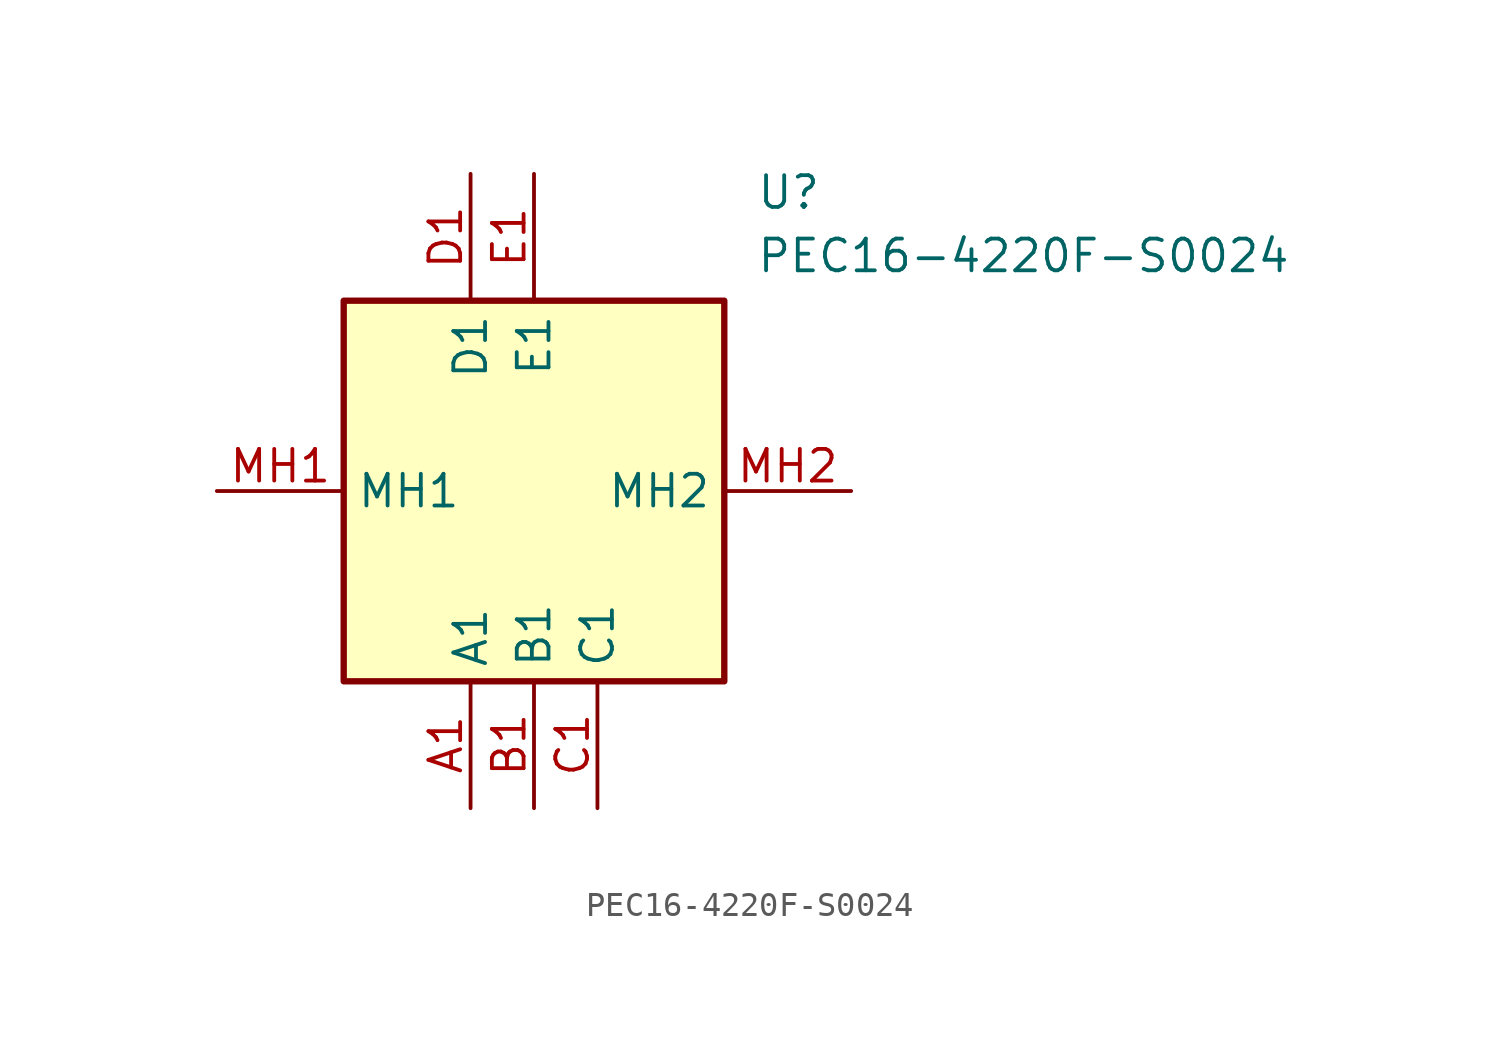
<source format=kicad_sym>
(kicad_symbol_lib
  (version 20211014)
  (generator SamacSys_ECAD_Model)
  (symbol "PEC16-4220F-S0024"
    (property "Reference" "U"
      (at 21.59 12.7 0)
      (effects (font (size 1.27 1.27)) (justify left top)))
    (property "Value" "PEC16-4220F-S0024"
      (at 21.59 10.16 0)
      (effects (font (size 1.27 1.27)) (justify left top)))
    (rectangle
      (start 5.08 7.62)
      (end 20.32 -7.62)
      (stroke (width 0.254) (type default))
      (fill (type background)))
    (pin passive line
      (at 10.16 -12.7 90)
      (length 5.08)
      (name "A1" (effects (font (size 1.27 1.27))))
      (number "A1" (effects (font (size 1.27 1.27)))))
    (pin passive line
      (at 12.7 -12.7 90)
      (length 5.08)
      (name "B1" (effects (font (size 1.27 1.27))))
      (number "B1" (effects (font (size 1.27 1.27)))))
    (pin passive line
      (at 15.24 -12.7 90)
      (length 5.08)
      (name "C1" (effects (font (size 1.27 1.27))))
      (number "C1" (effects (font (size 1.27 1.27)))))
    (pin passive line
      (at 10.16 12.7 270)
      (length 5.08)
      (name "D1" (effects (font (size 1.27 1.27))))
      (number "D1" (effects (font (size 1.27 1.27)))))
    (pin passive line
      (at 12.7 12.7 270)
      (length 5.08)
      (name "E1" (effects (font (size 1.27 1.27))))
      (number "E1" (effects (font (size 1.27 1.27)))))
    (pin passive line
      (at 0 0 0)
      (length 5.08)
      (name "MH1" (effects (font (size 1.27 1.27))))
      (number "MH1" (effects (font (size 1.27 1.27)))))
    (pin passive line
      (at 25.4 0 180)
      (length 5.08)
      (name "MH2" (effects (font (size 1.27 1.27))))
      (number "MH2" (effects (font (size 1.27 1.27)))))))
</source>
